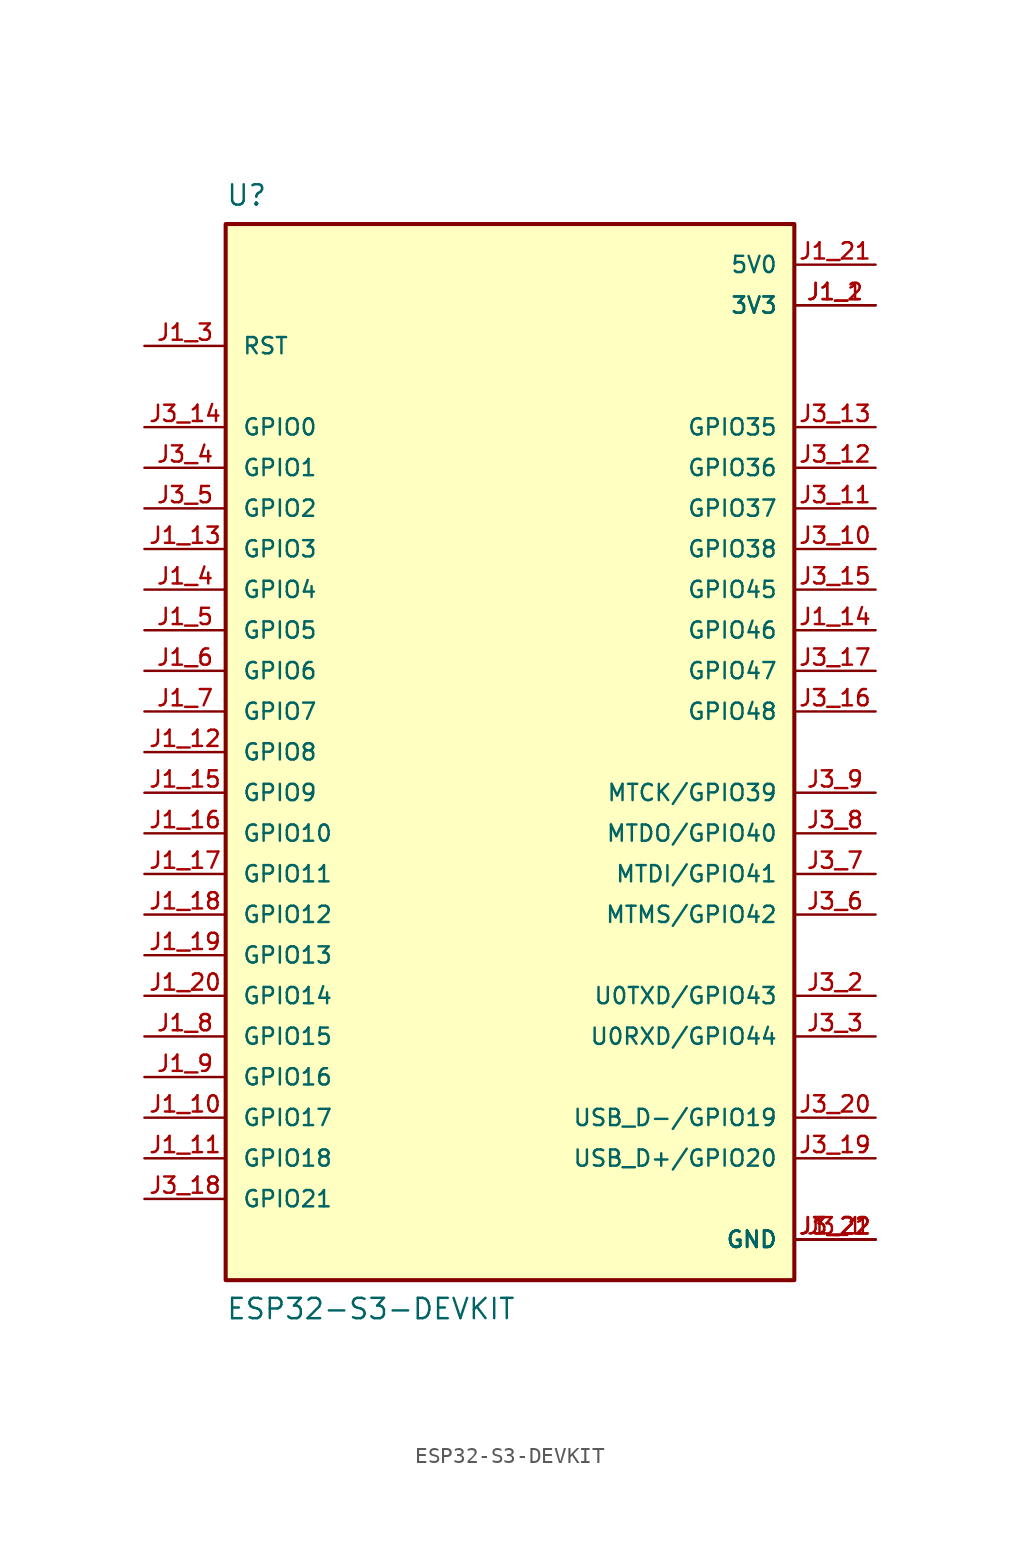
<source format=kicad_sym>
(kicad_symbol_lib
  (version 20220914)
  (generator kicad_symbol_editor)
  (symbol "ESP32-S3-DEVKIT"
    (pin_names
      (offset 1.016))
    (property "Reference" "U"
      (at -17.78 35.56 0)
      (effects (font (size 1.27 1.27)) (justify left top)))
    (property "Value" "ESP32-S3-DEVKIT"
      (at -17.78 -35.56 0)
      (effects (font (size 1.27 1.27)) (justify left bottom)))
    (symbol "ESP32-S3-DEVKIT_0_0"
      (rectangle (start -17.78 -33.02) (end 17.78 33.02) (stroke (width 0.254) (type default)) (fill (type background)))
      (pin power_in line (at 22.86 27.94 180) (length 5.08) (name "3V3" (effects (font (size 1.016 1.016)))) (number "J1_1" (effects (font (size 1.016 1.016)))))
      (pin bidirectional line (at -22.86 -22.86 0) (length 5.08) (name "GPIO17" (effects (font (size 1.016 1.016)))) (number "J1_10" (effects (font (size 1.016 1.016)))))
      (pin bidirectional line (at -22.86 -25.4 0) (length 5.08) (name "GPIO18" (effects (font (size 1.016 1.016)))) (number "J1_11" (effects (font (size 1.016 1.016)))))
      (pin bidirectional line (at -22.86 0 0) (length 5.08) (name "GPIO8" (effects (font (size 1.016 1.016)))) (number "J1_12" (effects (font (size 1.016 1.016)))))
      (pin bidirectional line (at -22.86 12.7 0) (length 5.08) (name "GPIO3" (effects (font (size 1.016 1.016)))) (number "J1_13" (effects (font (size 1.016 1.016)))))
      (pin bidirectional line (at 22.86 7.62 180) (length 5.08) (name "GPIO46" (effects (font (size 1.016 1.016)))) (number "J1_14" (effects (font (size 1.016 1.016)))))
      (pin bidirectional line (at -22.86 -2.54 0) (length 5.08) (name "GPIO9" (effects (font (size 1.016 1.016)))) (number "J1_15" (effects (font (size 1.016 1.016)))))
      (pin bidirectional line (at -22.86 -5.08 0) (length 5.08) (name "GPIO10" (effects (font (size 1.016 1.016)))) (number "J1_16" (effects (font (size 1.016 1.016)))))
      (pin bidirectional line (at -22.86 -7.62 0) (length 5.08) (name "GPIO11" (effects (font (size 1.016 1.016)))) (number "J1_17" (effects (font (size 1.016 1.016)))))
      (pin bidirectional line (at -22.86 -10.16 0) (length 5.08) (name "GPIO12" (effects (font (size 1.016 1.016)))) (number "J1_18" (effects (font (size 1.016 1.016)))))
      (pin bidirectional line (at -22.86 -12.7 0) (length 5.08) (name "GPIO13" (effects (font (size 1.016 1.016)))) (number "J1_19" (effects (font (size 1.016 1.016)))))
      (pin power_in line (at 22.86 27.94 180) (length 5.08) (name "3V3" (effects (font (size 1.016 1.016)))) (number "J1_2" (effects (font (size 1.016 1.016)))))
      (pin bidirectional line (at -22.86 -15.24 0) (length 5.08) (name "GPIO14" (effects (font (size 1.016 1.016)))) (number "J1_20" (effects (font (size 1.016 1.016)))))
      (pin power_in line (at 22.86 30.48 180) (length 5.08) (name "5V0" (effects (font (size 1.016 1.016)))) (number "J1_21" (effects (font (size 1.016 1.016)))))
      (pin power_in line (at 22.86 -30.48 180) (length 5.08) (name "GND" (effects (font (size 1.016 1.016)))) (number "J1_22" (effects (font (size 1.016 1.016)))))
      (pin input line (at -22.86 25.4 0) (length 5.08) (name "RST" (effects (font (size 1.016 1.016)))) (number "J1_3" (effects (font (size 1.016 1.016)))))
      (pin bidirectional line (at -22.86 10.16 0) (length 5.08) (name "GPIO4" (effects (font (size 1.016 1.016)))) (number "J1_4" (effects (font (size 1.016 1.016)))))
      (pin bidirectional line (at -22.86 7.62 0) (length 5.08) (name "GPIO5" (effects (font (size 1.016 1.016)))) (number "J1_5" (effects (font (size 1.016 1.016)))))
      (pin bidirectional line (at -22.86 5.08 0) (length 5.08) (name "GPIO6" (effects (font (size 1.016 1.016)))) (number "J1_6" (effects (font (size 1.016 1.016)))))
      (pin bidirectional line (at -22.86 2.54 0) (length 5.08) (name "GPIO7" (effects (font (size 1.016 1.016)))) (number "J1_7" (effects (font (size 1.016 1.016)))))
      (pin bidirectional line (at -22.86 -17.78 0) (length 5.08) (name "GPIO15" (effects (font (size 1.016 1.016)))) (number "J1_8" (effects (font (size 1.016 1.016)))))
      (pin bidirectional line (at -22.86 -20.32 0) (length 5.08) (name "GPIO16" (effects (font (size 1.016 1.016)))) (number "J1_9" (effects (font (size 1.016 1.016)))))
      (pin power_in line (at 22.86 -30.48 180) (length 5.08) (name "GND" (effects (font (size 1.016 1.016)))) (number "J3_1" (effects (font (size 1.016 1.016)))))
      (pin bidirectional line (at 22.86 12.7 180) (length 5.08) (name "GPIO38" (effects (font (size 1.016 1.016)))) (number "J3_10" (effects (font (size 1.016 1.016)))))
      (pin bidirectional line (at 22.86 15.24 180) (length 5.08) (name "GPIO37" (effects (font (size 1.016 1.016)))) (number "J3_11" (effects (font (size 1.016 1.016)))))
      (pin bidirectional line (at 22.86 17.78 180) (length 5.08) (name "GPIO36" (effects (font (size 1.016 1.016)))) (number "J3_12" (effects (font (size 1.016 1.016)))))
      (pin bidirectional line (at 22.86 20.32 180) (length 5.08) (name "GPIO35" (effects (font (size 1.016 1.016)))) (number "J3_13" (effects (font (size 1.016 1.016)))))
      (pin bidirectional line (at -22.86 20.32 0) (length 5.08) (name "GPIO0" (effects (font (size 1.016 1.016)))) (number "J3_14" (effects (font (size 1.016 1.016)))))
      (pin bidirectional line (at 22.86 10.16 180) (length 5.08) (name "GPIO45" (effects (font (size 1.016 1.016)))) (number "J3_15" (effects (font (size 1.016 1.016)))))
      (pin bidirectional line (at 22.86 2.54 180) (length 5.08) (name "GPIO48" (effects (font (size 1.016 1.016)))) (number "J3_16" (effects (font (size 1.016 1.016)))))
      (pin bidirectional line (at 22.86 5.08 180) (length 5.08) (name "GPIO47" (effects (font (size 1.016 1.016)))) (number "J3_17" (effects (font (size 1.016 1.016)))))
      (pin bidirectional line (at -22.86 -27.94 0) (length 5.08) (name "GPIO21" (effects (font (size 1.016 1.016)))) (number "J3_18" (effects (font (size 1.016 1.016)))))
      (pin bidirectional line (at 22.86 -25.4 180) (length 5.08) (name "USB_D+/GPIO20" (effects (font (size 1.016 1.016)))) (number "J3_19" (effects (font (size 1.016 1.016)))))
      (pin bidirectional line (at 22.86 -15.24 180) (length 5.08) (name "U0TXD/GPIO43" (effects (font (size 1.016 1.016)))) (number "J3_2" (effects (font (size 1.016 1.016)))))
      (pin bidirectional line (at 22.86 -22.86 180) (length 5.08) (name "USB_D-/GPIO19" (effects (font (size 1.016 1.016)))) (number "J3_20" (effects (font (size 1.016 1.016)))))
      (pin power_in line (at 22.86 -30.48 180) (length 5.08) (name "GND" (effects (font (size 1.016 1.016)))) (number "J3_21" (effects (font (size 1.016 1.016)))))
      (pin power_in line (at 22.86 -30.48 180) (length 5.08) (name "GND" (effects (font (size 1.016 1.016)))) (number "J3_22" (effects (font (size 1.016 1.016)))))
      (pin bidirectional line (at 22.86 -17.78 180) (length 5.08) (name "U0RXD/GPIO44" (effects (font (size 1.016 1.016)))) (number "J3_3" (effects (font (size 1.016 1.016)))))
      (pin bidirectional line (at -22.86 17.78 0) (length 5.08) (name "GPIO1" (effects (font (size 1.016 1.016)))) (number "J3_4" (effects (font (size 1.016 1.016)))))
      (pin bidirectional line (at -22.86 15.24 0) (length 5.08) (name "GPIO2" (effects (font (size 1.016 1.016)))) (number "J3_5" (effects (font (size 1.016 1.016)))))
      (pin bidirectional line (at 22.86 -10.16 180) (length 5.08) (name "MTMS/GPIO42" (effects (font (size 1.016 1.016)))) (number "J3_6" (effects (font (size 1.016 1.016)))))
      (pin bidirectional line (at 22.86 -7.62 180) (length 5.08) (name "MTDI/GPIO41" (effects (font (size 1.016 1.016)))) (number "J3_7" (effects (font (size 1.016 1.016)))))
      (pin bidirectional line (at 22.86 -5.08 180) (length 5.08) (name "MTDO/GPIO40" (effects (font (size 1.016 1.016)))) (number "J3_8" (effects (font (size 1.016 1.016)))))
      (pin bidirectional line (at 22.86 -2.54 180) (length 5.08) (name "MTCK/GPIO39" (effects (font (size 1.016 1.016)))) (number "J3_9" (effects (font (size 1.016 1.016))))))))
</source>
